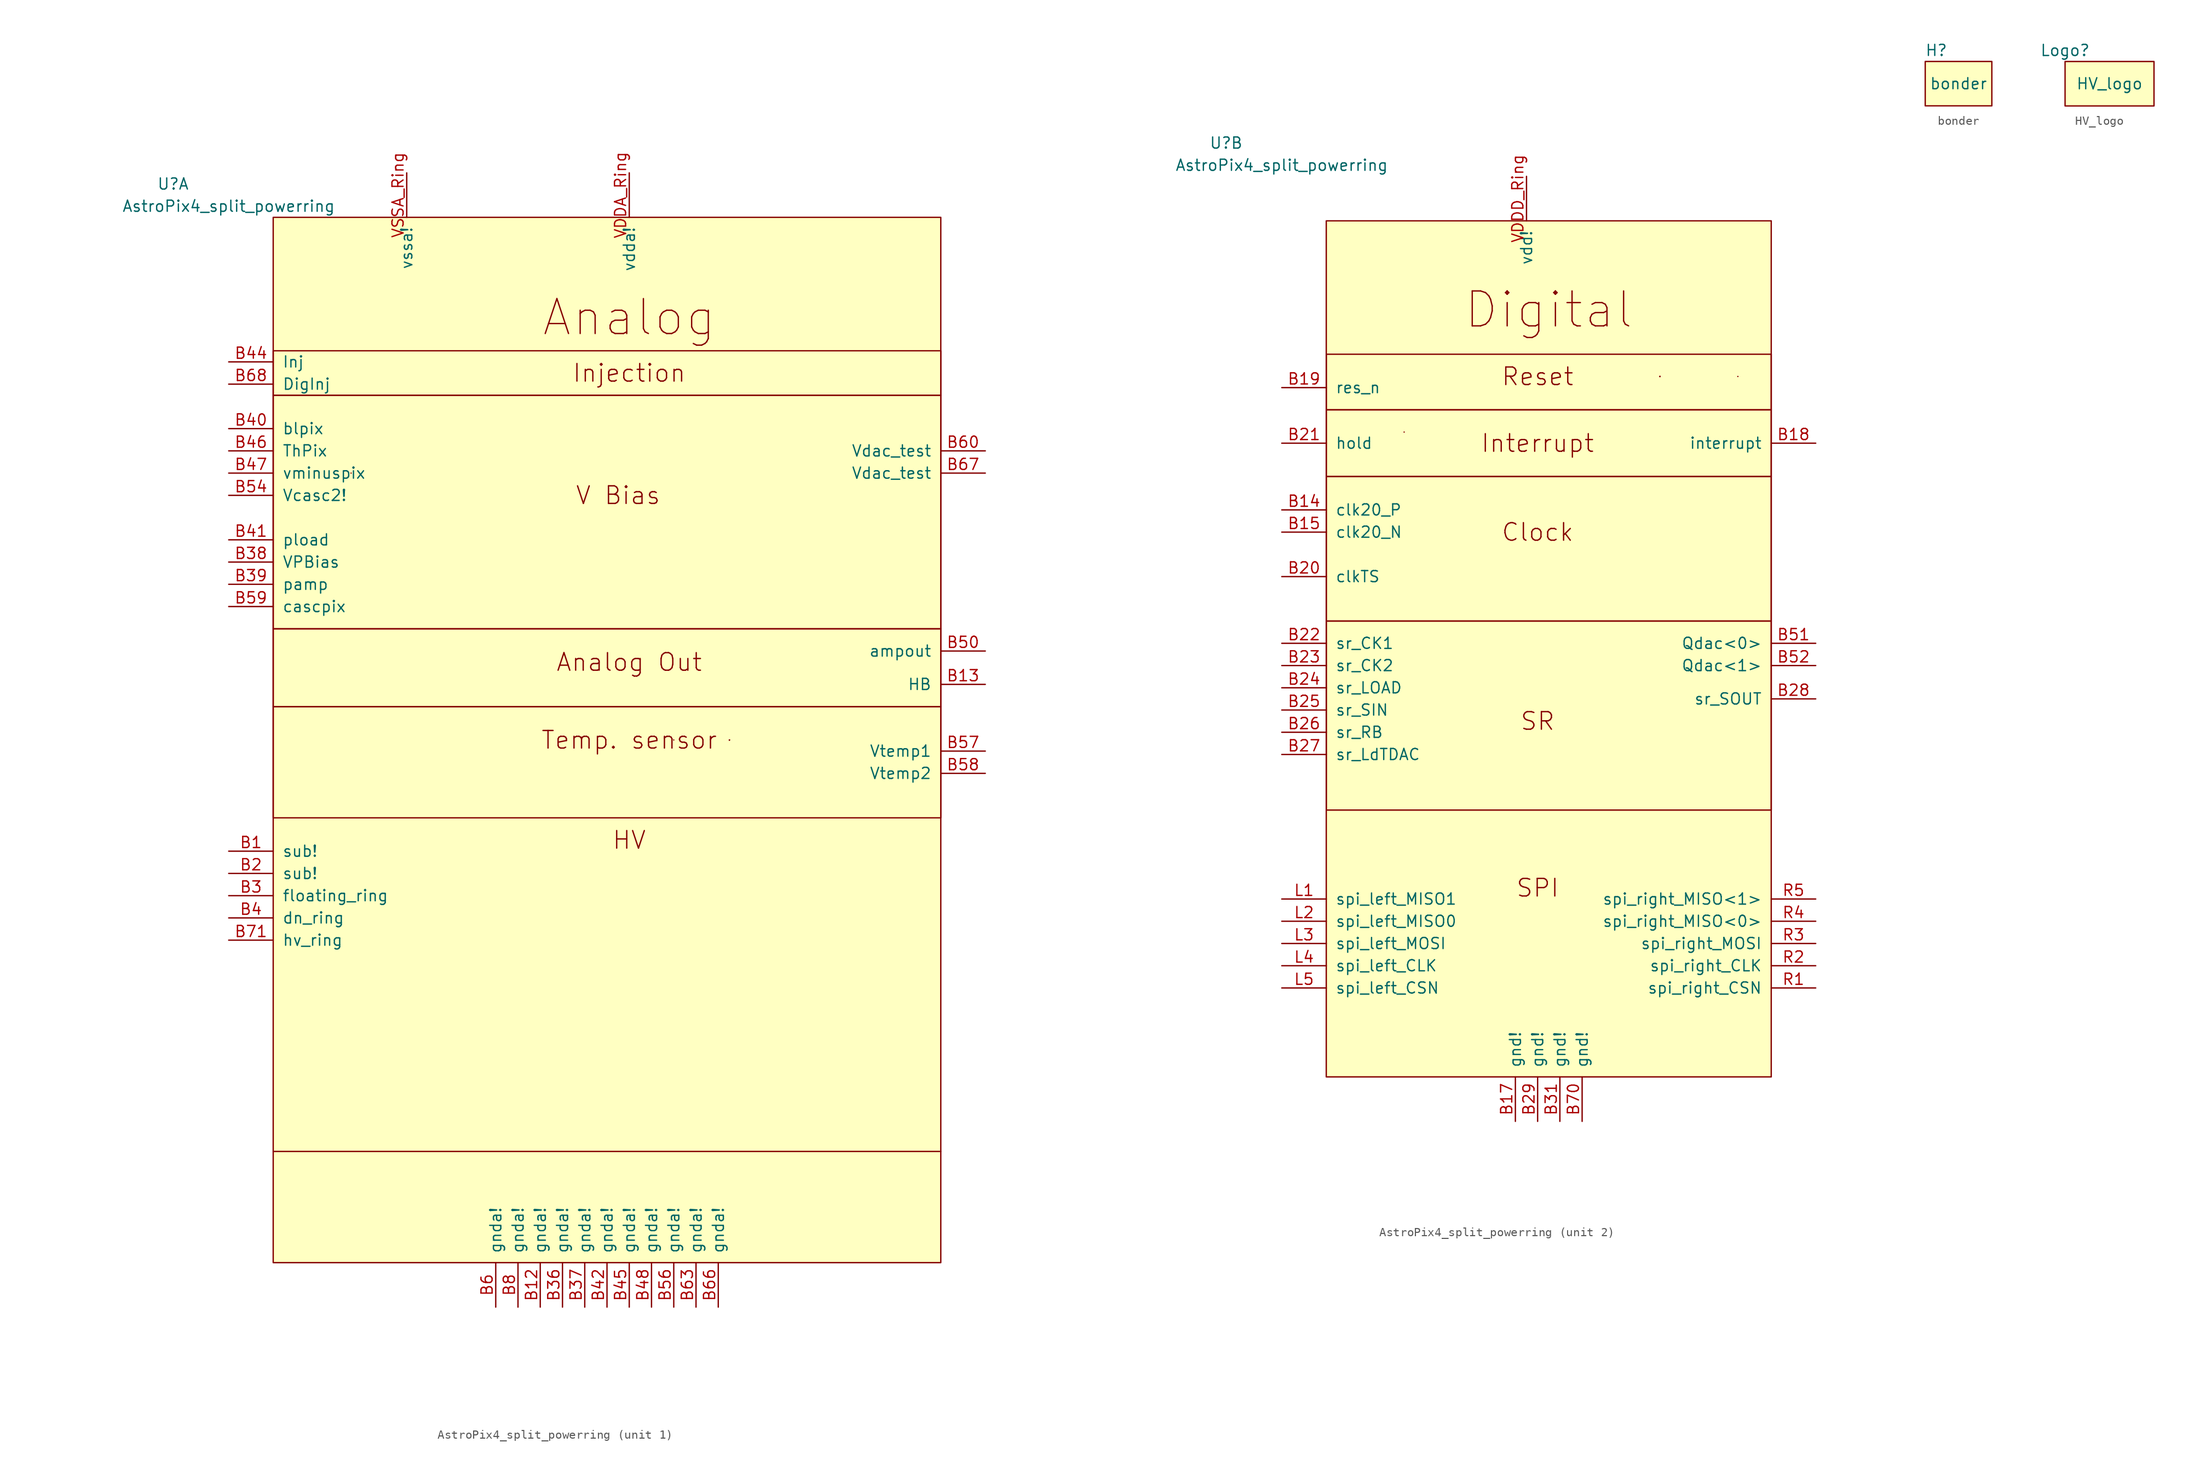
<source format=kicad_sym>
(kicad_symbol_lib
  (version 20220914)
  (generator kicad_symbol_editor)
  (symbol "AstroPix4_split_powerring"
    (pin_names
      (offset 1.016))
    (property "Reference" "U"
      (at -36.83 40.64 0)
      (effects (font (size 1.27 1.27))))
    (property "Value" "AstroPix4_split_powerring"
      (at -30.48 38.1 0)
      (effects (font (size 1.27 1.27))))
    (property "ki_locked" ""
      (at 0 0 0)
      (effects (font (size 1.27 1.27))))
    (symbol "AstroPix4_split_powerring_0_1"
      (polyline (pts (xy -16.51 7.62) (xy -16.51 7.62)) (stroke (width 0) (type default)) (fill (type none))))
    (symbol "AstroPix4_split_powerring_1_0"
      (pin bidirectional line (at -30.48 -35.56 0) (length 5.08) (name "sub!" (effects (font (size 1.27 1.27)))) (number "B1" (effects (font (size 1.27 1.27)))))
      (pin power_in line (at 5.08 -87.63 90) (length 5.08) (name "gnda!" (effects (font (size 1.27 1.27)))) (number "B12" (effects (font (size 1.27 1.27)))))
      (pin open_emitter line (at 55.88 -16.51 180) (length 5.08) (name "HB" (effects (font (size 1.27 1.27)))) (number "B13" (effects (font (size 1.27 1.27)))))
      (pin bidirectional line (at -30.48 -38.1 0) (length 5.08) (name "sub!" (effects (font (size 1.27 1.27)))) (number "B2" (effects (font (size 1.27 1.27)))))
      (pin bidirectional line (at -30.48 -40.64 0) (length 5.08) (name "floating_ring" (effects (font (size 1.27 1.27)))) (number "B3" (effects (font (size 1.27 1.27)))))
      (pin power_in line (at 7.62 -87.63 90) (length 5.08) (name "gnda!" (effects (font (size 1.27 1.27)))) (number "B36" (effects (font (size 1.27 1.27)))))
      (pin power_in line (at 10.16 -87.63 90) (length 5.08) (name "gnda!" (effects (font (size 1.27 1.27)))) (number "B37" (effects (font (size 1.27 1.27)))))
      (pin bidirectional line (at -30.48 -2.54 0) (length 5.08) (name "VPBias" (effects (font (size 1.27 1.27)))) (number "B38" (effects (font (size 1.27 1.27)))))
      (pin bidirectional line (at -30.48 -5.08 0) (length 5.08) (name "pamp" (effects (font (size 1.27 1.27)))) (number "B39" (effects (font (size 1.27 1.27)))))
      (pin bidirectional line (at -30.48 -43.18 0) (length 5.08) (name "dn_ring" (effects (font (size 1.27 1.27)))) (number "B4" (effects (font (size 1.27 1.27)))))
      (pin bidirectional line (at -30.48 12.7 0) (length 5.08) (name "blpix" (effects (font (size 1.27 1.27)))) (number "B40" (effects (font (size 1.27 1.27)))))
      (pin bidirectional line (at -30.48 0 0) (length 5.08) (name "pload" (effects (font (size 1.27 1.27)))) (number "B41" (effects (font (size 1.27 1.27)))))
      (pin power_in line (at 12.7 -87.63 90) (length 5.08) (name "gnda!" (effects (font (size 1.27 1.27)))) (number "B42" (effects (font (size 1.27 1.27)))))
      (pin bidirectional line (at -30.48 20.32 0) (length 5.08) (name "Inj" (effects (font (size 1.27 1.27)))) (number "B44" (effects (font (size 1.27 1.27)))))
      (pin power_in line (at 15.24 -87.63 90) (length 5.08) (name "gnda!" (effects (font (size 1.27 1.27)))) (number "B45" (effects (font (size 1.27 1.27)))))
      (pin bidirectional line (at -30.48 10.16 0) (length 5.08) (name "ThPix" (effects (font (size 1.27 1.27)))) (number "B46" (effects (font (size 1.27 1.27)))))
      (pin bidirectional line (at -30.48 7.62 0) (length 5.08) (name "vminuspix" (effects (font (size 1.27 1.27)))) (number "B47" (effects (font (size 1.27 1.27)))))
      (pin power_in line (at 17.78 -87.63 90) (length 5.08) (name "gnda!" (effects (font (size 1.27 1.27)))) (number "B48" (effects (font (size 1.27 1.27)))))
      (pin open_emitter line (at 55.88 -12.7 180) (length 5.08) (name "ampout" (effects (font (size 1.27 1.27)))) (number "B50" (effects (font (size 1.27 1.27)))))
      (pin bidirectional line (at -30.48 5.08 0) (length 5.08) (name "Vcasc2!" (effects (font (size 1.27 1.27)))) (number "B54" (effects (font (size 1.27 1.27)))))
      (pin power_in line (at 20.32 -87.63 90) (length 5.08) (name "gnda!" (effects (font (size 1.27 1.27)))) (number "B56" (effects (font (size 1.27 1.27)))))
      (pin output line (at 55.88 -24.13 180) (length 5.08) (name "Vtemp1" (effects (font (size 1.27 1.27)))) (number "B57" (effects (font (size 1.27 1.27)))))
      (pin output line (at 55.88 -26.67 180) (length 5.08) (name "Vtemp2" (effects (font (size 1.27 1.27)))) (number "B58" (effects (font (size 1.27 1.27)))))
      (pin bidirectional line (at -30.48 -7.62 0) (length 5.08) (name "cascpix" (effects (font (size 1.27 1.27)))) (number "B59" (effects (font (size 1.27 1.27)))))
      (pin power_in line (at 0 -87.63 90) (length 5.08) (name "gnda!" (effects (font (size 1.27 1.27)))) (number "B6" (effects (font (size 1.27 1.27)))))
      (pin output line (at 55.88 10.16 180) (length 5.08) (name "Vdac_test" (effects (font (size 1.27 1.27)))) (number "B60" (effects (font (size 1.27 1.27)))))
      (pin power_in line (at 22.86 -87.63 90) (length 5.08) (name "gnda!" (effects (font (size 1.27 1.27)))) (number "B63" (effects (font (size 1.27 1.27)))))
      (pin power_in line (at 25.4 -87.63 90) (length 5.08) (name "gnda!" (effects (font (size 1.27 1.27)))) (number "B66" (effects (font (size 1.27 1.27)))))
      (pin output line (at 55.88 7.62 180) (length 5.08) (name "Vdac_test" (effects (font (size 1.27 1.27)))) (number "B67" (effects (font (size 1.27 1.27)))))
      (pin input line (at -30.48 17.78 0) (length 5.08) (name "DigInj" (effects (font (size 1.27 1.27)))) (number "B68" (effects (font (size 1.27 1.27)))))
      (pin power_in line (at -30.48 -45.72 0) (length 5.08) (name "hv_ring" (effects (font (size 1.27 1.27)))) (number "B71" (effects (font (size 1.27 1.27)))))
      (pin power_in line (at 2.54 -87.63 90) (length 5.08) (name "gnda!" (effects (font (size 1.27 1.27)))) (number "B8" (effects (font (size 1.27 1.27)))))
      (pin power_in line (at 15.24 41.91 270) (length 5.08) (name "vdda!" (effects (font (size 1.27 1.27)))) (number "VDDA_Ring" (effects (font (size 1.27 1.27)))))
      (pin power_in line (at -10.16 41.91 270) (length 5.08) (name "vssa!" (effects (font (size 1.27 1.27)))) (number "VSSA_Ring" (effects (font (size 1.27 1.27))))))
    (symbol "AstroPix4_split_powerring_1_1"
      (rectangle (start -25.4 -19.05) (end 50.8 -31.75) (stroke (width 0) (type default)) (fill (type none)))
      (rectangle (start -25.4 -10.16) (end 50.8 -19.05) (stroke (width 0) (type default)) (fill (type none)))
      (rectangle (start -25.4 16.51) (end 50.8 -10.16) (stroke (width 0) (type default)) (fill (type none)))
      (rectangle (start -25.4 21.59) (end 50.8 16.51) (stroke (width 0) (type default)) (fill (type none)))
      (rectangle (start -25.4 36.83) (end 50.8 -82.55) (stroke (width 0) (type default)) (fill (type background)))
      (polyline (pts (xy -25.4 -69.85) (xy 50.8 -69.85)) (stroke (width 0) (type default)) (fill (type none)))
      (polyline (pts (xy 20.32 -22.86) (xy 20.32 -22.86)) (stroke (width 0) (type default)) (fill (type none)))
      (polyline (pts (xy 26.67 -22.86) (xy 26.67 -22.86)) (stroke (width 0) (type default)) (fill (type none)))
      (polyline (pts (xy 26.67 -22.86) (xy 26.67 -22.86)) (stroke (width 0) (type default)) (fill (type none)))
      (polyline (pts (xy 26.67 -22.86) (xy 26.67 -22.86)) (stroke (width 0) (type default)) (fill (type none)))
      (polyline (pts (xy 26.67 -22.86) (xy 26.67 -22.86)) (stroke (width 0) (type default)) (fill (type none)))
      (polyline (pts (xy 26.67 -22.86) (xy 26.67 -22.86)) (stroke (width 0) (type default)) (fill (type none)))
      (text "Analog" (at 15.24 25.4 0) (effects (font (size 3.988 3.988))))
      (text "Analog Out" (at 15.24 -13.97 0) (effects (font (size 2.007 2.007))))
      (text "HV" (at 15.24 -34.29 0) (effects (font (size 2.007 2.007))))
      (text "Injection" (at 15.24 19.05 0) (effects (font (size 2.007 2.007))))
      (text "Temp. sensor" (at 15.24 -22.86 0) (effects (font (size 2.007 2.007))))
      (text "V Bias" (at 13.97 5.08 0) (effects (font (size 2.007 2.007)))))
    (symbol "AstroPix4_split_powerring_2_0"
      (pin input line (at -30.48 -1.27 0) (length 5.08) (name "clk20_P" (effects (font (size 1.27 1.27)))) (number "B14" (effects (font (size 1.27 1.27)))))
      (pin input line (at -30.48 -3.81 0) (length 5.08) (name "clk20_N" (effects (font (size 1.27 1.27)))) (number "B15" (effects (font (size 1.27 1.27)))))
      (pin power_in line (at -3.81 -71.12 90) (length 5.08) (name "gnd!" (effects (font (size 1.27 1.27)))) (number "B17" (effects (font (size 1.27 1.27)))))
      (pin tri_state line (at 30.48 6.35 180) (length 5.08) (name "interrupt" (effects (font (size 1.27 1.27)))) (number "B18" (effects (font (size 1.27 1.27)))))
      (pin input line (at -30.48 12.7 0) (length 5.08) (name "res_n" (effects (font (size 1.27 1.27)))) (number "B19" (effects (font (size 1.27 1.27)))))
      (pin input line (at -30.48 -8.89 0) (length 5.08) (name "clkTS" (effects (font (size 1.27 1.27)))) (number "B20" (effects (font (size 1.27 1.27)))))
      (pin input line (at -30.48 6.35 0) (length 5.08) (name "hold" (effects (font (size 1.27 1.27)))) (number "B21" (effects (font (size 1.27 1.27)))))
      (pin input line (at -30.48 -16.51 0) (length 5.08) (name "sr_CK1" (effects (font (size 1.27 1.27)))) (number "B22" (effects (font (size 1.27 1.27)))))
      (pin input line (at -30.48 -19.05 0) (length 5.08) (name "sr_CK2" (effects (font (size 1.27 1.27)))) (number "B23" (effects (font (size 1.27 1.27)))))
      (pin input line (at -30.48 -21.59 0) (length 5.08) (name "sr_LOAD" (effects (font (size 1.27 1.27)))) (number "B24" (effects (font (size 1.27 1.27)))))
      (pin input line (at -30.48 -24.13 0) (length 5.08) (name "sr_SIN" (effects (font (size 1.27 1.27)))) (number "B25" (effects (font (size 1.27 1.27)))))
      (pin input line (at -30.48 -26.67 0) (length 5.08) (name "sr_RB" (effects (font (size 1.27 1.27)))) (number "B26" (effects (font (size 1.27 1.27)))))
      (pin input line (at -30.48 -29.21 0) (length 5.08) (name "sr_LdTDAC" (effects (font (size 1.27 1.27)))) (number "B27" (effects (font (size 1.27 1.27)))))
      (pin output line (at 30.48 -22.86 180) (length 5.08) (name "sr_SOUT" (effects (font (size 1.27 1.27)))) (number "B28" (effects (font (size 1.27 1.27)))))
      (pin power_in line (at -1.27 -71.12 90) (length 5.08) (name "gnd!" (effects (font (size 1.27 1.27)))) (number "B29" (effects (font (size 1.27 1.27)))))
      (pin power_in line (at 1.27 -71.12 90) (length 5.08) (name "gnd!" (effects (font (size 1.27 1.27)))) (number "B31" (effects (font (size 1.27 1.27)))))
      (pin output line (at 30.48 -16.51 180) (length 5.08) (name "Qdac<0>" (effects (font (size 1.27 1.27)))) (number "B51" (effects (font (size 1.27 1.27)))))
      (pin output line (at 30.48 -19.05 180) (length 5.08) (name "Qdac<1>" (effects (font (size 1.27 1.27)))) (number "B52" (effects (font (size 1.27 1.27)))))
      (pin power_in line (at 3.81 -71.12 90) (length 5.08) (name "gnd!" (effects (font (size 1.27 1.27)))) (number "B70" (effects (font (size 1.27 1.27)))))
      (pin output line (at -30.48 -45.72 0) (length 5.08) (name "spi_left_MISO1" (effects (font (size 1.27 1.27)))) (number "L1" (effects (font (size 1.27 1.27)))))
      (pin output line (at -30.48 -48.26 0) (length 5.08) (name "spi_left_MISO0" (effects (font (size 1.27 1.27)))) (number "L2" (effects (font (size 1.27 1.27)))))
      (pin input line (at -30.48 -50.8 0) (length 5.08) (name "spi_left_MOSI" (effects (font (size 1.27 1.27)))) (number "L3" (effects (font (size 1.27 1.27)))))
      (pin input line (at -30.48 -53.34 0) (length 5.08) (name "spi_left_CLK" (effects (font (size 1.27 1.27)))) (number "L4" (effects (font (size 1.27 1.27)))))
      (pin input line (at -30.48 -55.88 0) (length 5.08) (name "spi_left_CSN" (effects (font (size 1.27 1.27)))) (number "L5" (effects (font (size 1.27 1.27)))))
      (pin output line (at 30.48 -55.88 180) (length 5.08) (name "spi_right_CSN" (effects (font (size 1.27 1.27)))) (number "R1" (effects (font (size 1.27 1.27)))))
      (pin output line (at 30.48 -53.34 180) (length 5.08) (name "spi_right_CLK" (effects (font (size 1.27 1.27)))) (number "R2" (effects (font (size 1.27 1.27)))))
      (pin output line (at 30.48 -50.8 180) (length 5.08) (name "spi_right_MOSI" (effects (font (size 1.27 1.27)))) (number "R3" (effects (font (size 1.27 1.27)))))
      (pin input line (at 30.48 -48.26 180) (length 5.08) (name "spi_right_MISO<0>" (effects (font (size 1.27 1.27)))) (number "R4" (effects (font (size 1.27 1.27)))))
      (pin input line (at 30.48 -45.72 180) (length 5.08) (name "spi_right_MISO<1>" (effects (font (size 1.27 1.27)))) (number "R5" (effects (font (size 1.27 1.27)))))
      (pin power_in line (at -2.54 36.83 270) (length 5.08) (name "vdd!" (effects (font (size 1.27 1.27)))) (number "VDDD_Ring" (effects (font (size 1.27 1.27))))))
    (symbol "AstroPix4_split_powerring_2_1"
      (rectangle (start -25.4 -13.97) (end 25.4 -35.56) (stroke (width 0) (type default)) (fill (type none)))
      (rectangle (start -25.4 2.54) (end 25.4 -13.97) (stroke (width 0) (type default)) (fill (type none)))
      (rectangle (start -25.4 2.54) (end 25.4 10.16) (stroke (width 0) (type default)) (fill (type none)))
      (rectangle (start -25.4 16.51) (end 25.4 10.16) (stroke (width 0) (type default)) (fill (type none)))
      (rectangle (start -25.4 31.75) (end 25.4 -66.04) (stroke (width 0) (type default)) (fill (type background)))
      (polyline (pts (xy 12.7 13.97) (xy 12.7 13.97)) (stroke (width 0) (type default)) (fill (type none)))
      (polyline (pts (xy 12.7 13.97) (xy 12.7 13.97)) (stroke (width 0) (type default)) (fill (type none)))
      (polyline (pts (xy 12.7 13.97) (xy 12.7 13.97)) (stroke (width 0) (type default)) (fill (type none)))
      (polyline (pts (xy 12.7 13.97) (xy 12.7 13.97)) (stroke (width 0) (type default)) (fill (type none)))
      (polyline (pts (xy 12.7 13.97) (xy 12.7 13.97)) (stroke (width 0) (type default)) (fill (type none)))
      (polyline (pts (xy 21.59 13.97) (xy 21.59 13.97)) (stroke (width 0) (type default)) (fill (type none)))
      (text "Clock" (at -1.27 -3.81 0) (effects (font (size 2.007 2.007))))
      (text "Digital" (at 0 21.59 0) (effects (font (size 3.988 3.988))))
      (text "Interrupt" (at -1.27 6.35 0) (effects (font (size 2.007 2.007))))
      (text "Reset" (at -1.27 13.97 0) (effects (font (size 2.007 2.007))))
      (text "SPI" (at -1.27 -44.45 0) (effects (font (size 2.007 2.007))))
      (text "SR" (at -1.27 -25.4 0) (effects (font (size 2.007 2.007))))))
  (symbol "bonder"
    (pin_names
      (offset 1.016))
    (property "Reference" "H"
      (at -2.54 3.81 0)
      (effects (font (size 1.27 1.27))))
    (property "Value" "bonder"
      (at 0 0 0)
      (effects (font (size 1.27 1.27))))
    (symbol "bonder_0_1"
      (rectangle (start -3.81 2.54) (end 3.81 -2.54) (stroke (width 0) (type default)) (fill (type background)))))
  (symbol "HV_logo"
    (pin_names
      (offset 1.016))
    (property "Reference" "Logo"
      (at -5.08 3.81 0)
      (effects (font (size 1.27 1.27))))
    (property "Value" "HV_logo"
      (at 0 0 0)
      (effects (font (size 1.27 1.27))))
    (symbol "HV_logo_0_1"
      (rectangle (start -5.08 2.54) (end 5.08 -2.54) (stroke (width 0) (type default)) (fill (type background))))))
</source>
